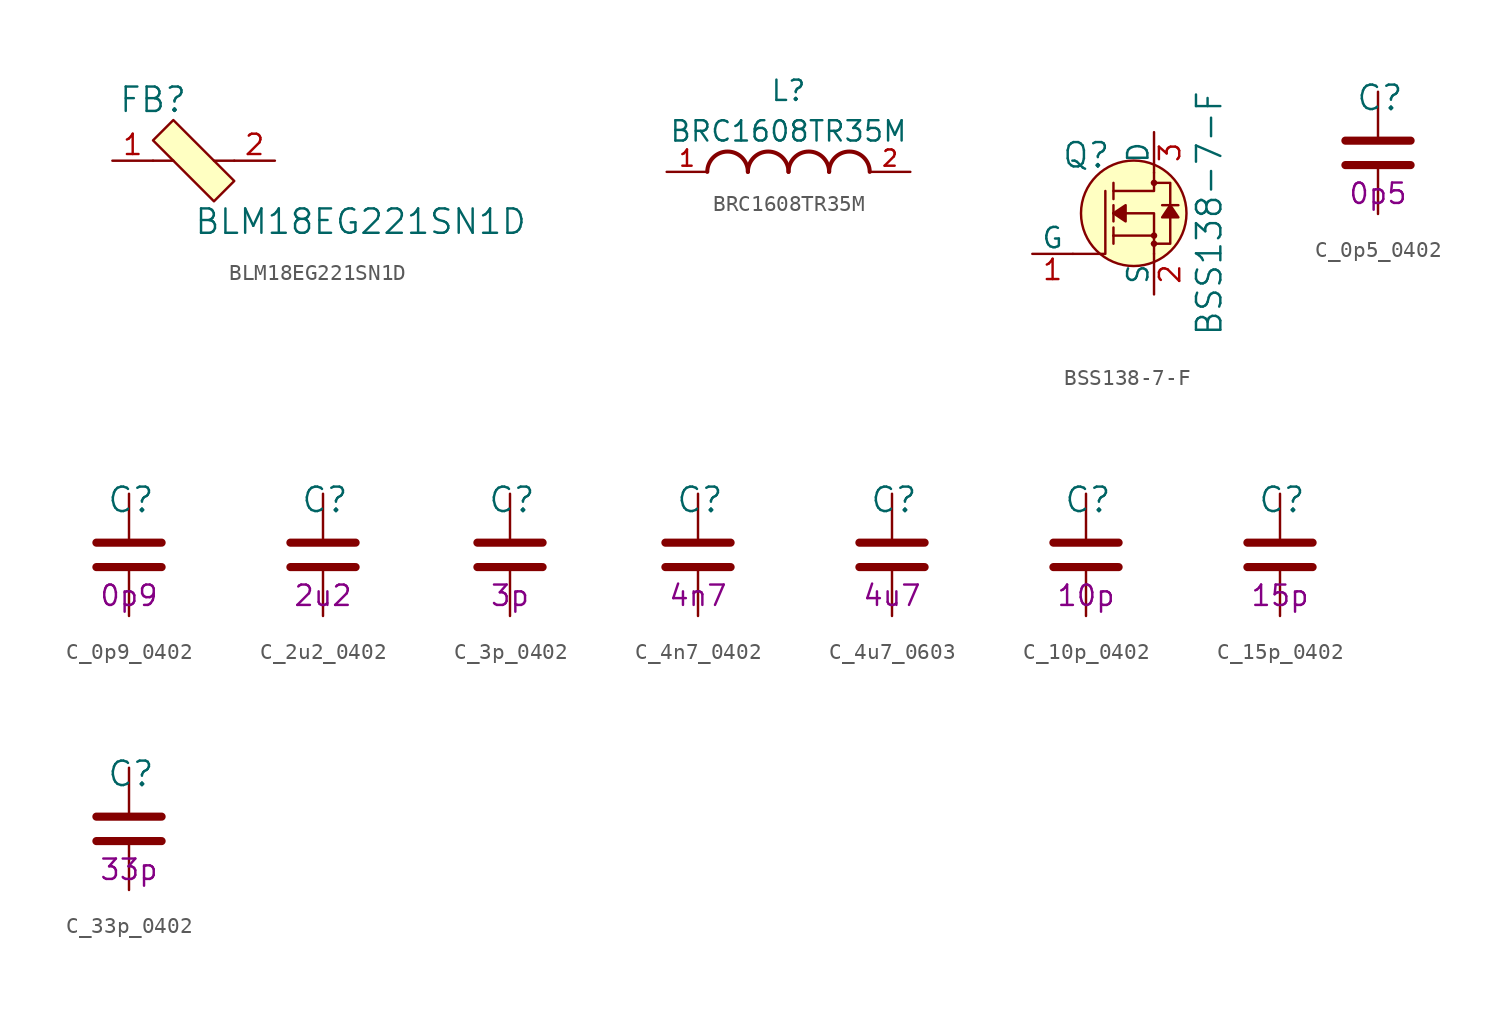
<source format=kicad_sym>
(kicad_symbol_lib
  (version 20211014)
  (generator kicad_symbol_editor)
  (symbol "BLM18EG221SN1D"
    (pin_names
      (offset 1.016))
    (property "Reference" "FB"
      (at -2.54 3.81 0)
      (effects (font (size 1.524 1.524))))
    (property "Value" "BLM18EG221SN1D"
      (at 0 -3.81 0)
      (effects (font (size 1.524 1.524)) (justify left)))
    (symbol "BLM18EG221SN1D_0_1"
      (polyline (pts (xy -1.27 0) (xy -2.54 0)) (stroke (width 0) (type default) (color 0 0 0 0)) (fill (type none)))
      (polyline (pts (xy 1.27 0) (xy 2.54 0)) (stroke (width 0) (type default) (color 0 0 0 0)) (fill (type none)))
      (polyline (pts (xy -1.27 2.54) (xy -2.54 1.27) (xy 1.27 -2.54) (xy 2.54 -1.27) (xy -1.27 2.54)) (stroke (width 0) (type default) (color 0 0 0 0)) (fill (type background))))
    (symbol "BLM18EG221SN1D_1_1"
      (pin passive line (at -5.08 0 0) (length 2.54) (name "~" (effects (font (size 1.27 1.27)))) (number "1" (effects (font (size 1.27 1.27)))))
      (pin passive line (at 5.08 0 180) (length 2.54) (name "~" (effects (font (size 1.27 1.27)))) (number "2" (effects (font (size 1.27 1.27)))))))
  (symbol "BRC1608TR35M"
    (pin_names
      (offset 1.016))
    (property "Reference" "L"
      (at 0 5.08 0)
      (effects (font (size 1.27 1.27))))
    (property "Value" "BRC1608TR35M"
      (at 0 2.54 0)
      (effects (font (size 1.27 1.27))))
    (symbol "BRC1608TR35M_1_1"
      (arc (start -2.54 0) (mid -3.81 1.27) (end -5.08 0) (stroke (width 0.254) (type default) (color 0 0 0 0)) (fill (type none)))
      (arc (start 0 0) (mid -1.27 1.27) (end -2.54 0) (stroke (width 0.254) (type default) (color 0 0 0 0)) (fill (type none)))
      (arc (start 2.54 0) (mid 1.27 1.27) (end 0 0) (stroke (width 0.254) (type default) (color 0 0 0 0)) (fill (type none)))
      (arc (start 5.08 0) (mid 3.81 1.27) (end 2.54 0) (stroke (width 0.254) (type default) (color 0 0 0 0)) (fill (type none)))
      (pin passive line (at -7.62 0 0) (length 2.54) (name "~" (effects (font (size 1.016 1.016)))) (number "1" (effects (font (size 1.016 1.016)))))
      (pin passive line (at 7.62 0 180) (length 2.54) (name "~" (effects (font (size 1.016 1.016)))) (number "2" (effects (font (size 1.016 1.016)))))))
  (symbol "BSS138-7-F"
    (pin_names
      (offset 0))
    (property "Reference" "Q"
      (at -2.692 3.632 0)
      (effects (font (size 1.524 1.524)) (justify right)))
    (property "Value" "BSS138-7-F"
      (at 3.454 0 90)
      (effects (font (size 1.524 1.524))))
    (symbol "BSS138-7-F_0_1"
      (circle (center -1.27 0) (radius 3.302) (stroke (width 0) (type default) (color 0 0 0 0)) (fill (type background)))
      (circle (center 0 -1.905) (radius 0.127) (stroke (width 0) (type default) (color 0 0 0 0)) (fill (type none)))
      (circle (center 0 -1.397) (radius 0.127) (stroke (width 0) (type default) (color 0 0 0 0)) (fill (type none)))
      (polyline (pts (xy 0 -1.397) (xy -2.54 -1.397)) (stroke (width 0) (type default) (color 0 0 0 0)) (fill (type none)))
      (polyline (pts (xy -5.08 -2.54) (xy -3.048 -2.54) (xy -3.048 1.397)) (stroke (width 0) (type default) (color 0 0 0 0)) (fill (type none)))
      (polyline (pts (xy 0 -2.54) (xy 0 0) (xy -2.54 0)) (stroke (width 0) (type default) (color 0 0 0 0)) (fill (type none)))
      (polyline (pts (xy 0 2.54) (xy 0 1.397) (xy -2.54 1.397)) (stroke (width 0) (type default) (color 0 0 0 0)) (fill (type none)))
      (polyline (pts (xy -0.127 -1.905) (xy 1.016 -1.905) (xy 1.016 1.397) (xy 1.016 1.905) (xy -0.127 1.905)) (stroke (width 0) (type default) (color 0 0 0 0)) (fill (type none)))
      (circle (center 0 1.905) (radius 0.127) (stroke (width 0) (type default) (color 0 0 0 0)) (fill (type none))))
    (symbol "BSS138-7-F_1_1"
      (polyline (pts (xy -2.54 -1.397) (xy -2.54 -1.905)) (stroke (width 0) (type default) (color 0 0 0 0)) (fill (type none)))
      (polyline (pts (xy -2.54 -1.397) (xy -2.54 -0.889)) (stroke (width 0) (type default) (color 0 0 0 0)) (fill (type none)))
      (polyline (pts (xy -2.54 0) (xy -2.54 -0.508)) (stroke (width 0) (type default) (color 0 0 0 0)) (fill (type none)))
      (polyline (pts (xy -2.54 0) (xy -2.54 0.508)) (stroke (width 0) (type default) (color 0 0 0 0)) (fill (type none)))
      (polyline (pts (xy -2.54 1.905) (xy -2.54 0.889)) (stroke (width 0) (type default) (color 0 0 0 0)) (fill (type none)))
      (polyline (pts (xy 1.524 0.508) (xy 0.508 0.508)) (stroke (width 0) (type default) (color 0 0 0 0)) (fill (type none)))
      (polyline (pts (xy -2.54 0) (xy -1.778 0.508) (xy -1.778 -0.508) (xy -2.54 0)) (stroke (width 0) (type default) (color 0 0 0 0)) (fill (type outline)))
      (polyline (pts (xy 1.016 0.508) (xy 0.508 -0.254) (xy 1.524 -0.254) (xy 1.016 0.508)) (stroke (width 0) (type default) (color 0 0 0 0)) (fill (type outline)))
      (pin bidirectional line (at -7.62 -2.54 0) (length 2.54) (name "G" (effects (font (size 1.27 1.27)))) (number "1" (effects (font (size 1.27 1.27)))))
      (pin bidirectional line (at 0 -5.08 90) (length 2.54) (name "S" (effects (font (size 1.27 1.27)))) (number "2" (effects (font (size 1.27 1.27)))))
      (pin bidirectional line (at 0 5.08 270) (length 2.54) (name "D" (effects (font (size 1.27 1.27)))) (number "3" (effects (font (size 1.27 1.27)))))))
  (symbol "C_0p5_0402"
    (pin_names
      (offset 0))
    (property "Reference" "C"
      (at -1.397 3.429 0)
      (effects (font (size 1.524 1.524)) (justify left)))
    (property "Val" "0p5"
      (at 0 -2.54 0)
      (effects (font (size 1.27 1.27))))
    (symbol "C_0p5_0402_1_1"
      (polyline (pts (xy -2.032 -0.762) (xy 2.032 -0.762)) (stroke (width 0.508) (type default) (color 0 0 0 0)) (fill (type none)))
      (polyline (pts (xy -2.032 0.762) (xy 2.032 0.762)) (stroke (width 0.508) (type default) (color 0 0 0 0)) (fill (type none)))
      (pin passive line (at 0 3.81 270) (length 2.794) (name "~" (effects (font (size 0 0)))) (number "1" (effects (font (size 0 0)))))
      (pin passive line (at 0 -3.81 90) (length 2.794) (name "~" (effects (font (size 0 0)))) (number "2" (effects (font (size 0 0)))))))
  (symbol "C_0p9_0402"
    (pin_names
      (offset 0))
    (property "Reference" "C"
      (at -1.397 3.429 0)
      (effects (font (size 1.524 1.524)) (justify left)))
    (property "Val" "0p9"
      (at 0 -2.54 0)
      (effects (font (size 1.27 1.27))))
    (symbol "C_0p9_0402_1_1"
      (polyline (pts (xy -2.032 -0.762) (xy 2.032 -0.762)) (stroke (width 0.508) (type default) (color 0 0 0 0)) (fill (type none)))
      (polyline (pts (xy -2.032 0.762) (xy 2.032 0.762)) (stroke (width 0.508) (type default) (color 0 0 0 0)) (fill (type none)))
      (pin passive line (at 0 3.81 270) (length 2.794) (name "~" (effects (font (size 0 0)))) (number "1" (effects (font (size 0 0)))))
      (pin passive line (at 0 -3.81 90) (length 2.794) (name "~" (effects (font (size 0 0)))) (number "2" (effects (font (size 0 0)))))))
  (symbol "C_2u2_0402"
    (pin_names
      (offset 0))
    (property "Reference" "C"
      (at -1.397 3.429 0)
      (effects (font (size 1.524 1.524)) (justify left)))
    (property "Val" "2u2"
      (at 0 -2.54 0)
      (effects (font (size 1.27 1.27))))
    (symbol "C_2u2_0402_1_1"
      (polyline (pts (xy -2.032 -0.762) (xy 2.032 -0.762)) (stroke (width 0.508) (type default) (color 0 0 0 0)) (fill (type none)))
      (polyline (pts (xy -2.032 0.762) (xy 2.032 0.762)) (stroke (width 0.508) (type default) (color 0 0 0 0)) (fill (type none)))
      (pin passive line (at 0 3.81 270) (length 2.794) (name "~" (effects (font (size 0 0)))) (number "1" (effects (font (size 0 0)))))
      (pin passive line (at 0 -3.81 90) (length 2.794) (name "~" (effects (font (size 0 0)))) (number "2" (effects (font (size 0 0)))))))
  (symbol "C_3p_0402"
    (pin_names
      (offset 0))
    (property "Reference" "C"
      (at -1.397 3.429 0)
      (effects (font (size 1.524 1.524)) (justify left)))
    (property "Val" "3p"
      (at 0 -2.54 0)
      (effects (font (size 1.27 1.27))))
    (symbol "C_3p_0402_1_1"
      (polyline (pts (xy -2.032 -0.762) (xy 2.032 -0.762)) (stroke (width 0.508) (type default) (color 0 0 0 0)) (fill (type none)))
      (polyline (pts (xy -2.032 0.762) (xy 2.032 0.762)) (stroke (width 0.508) (type default) (color 0 0 0 0)) (fill (type none)))
      (pin passive line (at 0 3.81 270) (length 2.794) (name "~" (effects (font (size 0 0)))) (number "1" (effects (font (size 0 0)))))
      (pin passive line (at 0 -3.81 90) (length 2.794) (name "~" (effects (font (size 0 0)))) (number "2" (effects (font (size 0 0)))))))
  (symbol "C_4n7_0402"
    (pin_names
      (offset 0))
    (property "Reference" "C"
      (at -1.397 3.429 0)
      (effects (font (size 1.524 1.524)) (justify left)))
    (property "Val" "4n7"
      (at 0 -2.54 0)
      (effects (font (size 1.27 1.27))))
    (symbol "C_4n7_0402_1_1"
      (polyline (pts (xy -2.032 -0.762) (xy 2.032 -0.762)) (stroke (width 0.508) (type default) (color 0 0 0 0)) (fill (type none)))
      (polyline (pts (xy -2.032 0.762) (xy 2.032 0.762)) (stroke (width 0.508) (type default) (color 0 0 0 0)) (fill (type none)))
      (pin passive line (at 0 3.81 270) (length 2.794) (name "~" (effects (font (size 0 0)))) (number "1" (effects (font (size 0 0)))))
      (pin passive line (at 0 -3.81 90) (length 2.794) (name "~" (effects (font (size 0 0)))) (number "2" (effects (font (size 0 0)))))))
  (symbol "C_4u7_0603"
    (pin_names
      (offset 0))
    (property "Reference" "C"
      (at -1.397 3.429 0)
      (effects (font (size 1.524 1.524)) (justify left)))
    (property "Val" "4u7"
      (at 0 -2.54 0)
      (effects (font (size 1.27 1.27))))
    (symbol "C_4u7_0603_1_1"
      (polyline (pts (xy -2.032 -0.762) (xy 2.032 -0.762)) (stroke (width 0.508) (type default) (color 0 0 0 0)) (fill (type none)))
      (polyline (pts (xy -2.032 0.762) (xy 2.032 0.762)) (stroke (width 0.508) (type default) (color 0 0 0 0)) (fill (type none)))
      (pin passive line (at 0 3.81 270) (length 2.794) (name "~" (effects (font (size 0 0)))) (number "1" (effects (font (size 0 0)))))
      (pin passive line (at 0 -3.81 90) (length 2.794) (name "~" (effects (font (size 0 0)))) (number "2" (effects (font (size 0 0)))))))
  (symbol "C_10p_0402"
    (pin_names
      (offset 0))
    (property "Reference" "C"
      (at -1.397 3.429 0)
      (effects (font (size 1.524 1.524)) (justify left)))
    (property "Val" "10p"
      (at 0 -2.54 0)
      (effects (font (size 1.27 1.27))))
    (symbol "C_10p_0402_1_1"
      (polyline (pts (xy -2.032 -0.762) (xy 2.032 -0.762)) (stroke (width 0.508) (type default) (color 0 0 0 0)) (fill (type none)))
      (polyline (pts (xy -2.032 0.762) (xy 2.032 0.762)) (stroke (width 0.508) (type default) (color 0 0 0 0)) (fill (type none)))
      (pin passive line (at 0 3.81 270) (length 2.794) (name "~" (effects (font (size 0 0)))) (number "1" (effects (font (size 0 0)))))
      (pin passive line (at 0 -3.81 90) (length 2.794) (name "~" (effects (font (size 0 0)))) (number "2" (effects (font (size 0 0)))))))
  (symbol "C_15p_0402"
    (pin_names
      (offset 0))
    (property "Reference" "C"
      (at -1.397 3.429 0)
      (effects (font (size 1.524 1.524)) (justify left)))
    (property "Val" "15p"
      (at 0 -2.54 0)
      (effects (font (size 1.27 1.27))))
    (symbol "C_15p_0402_1_1"
      (polyline (pts (xy -2.032 -0.762) (xy 2.032 -0.762)) (stroke (width 0.508) (type default) (color 0 0 0 0)) (fill (type none)))
      (polyline (pts (xy -2.032 0.762) (xy 2.032 0.762)) (stroke (width 0.508) (type default) (color 0 0 0 0)) (fill (type none)))
      (pin passive line (at 0 3.81 270) (length 2.794) (name "~" (effects (font (size 0 0)))) (number "1" (effects (font (size 0 0)))))
      (pin passive line (at 0 -3.81 90) (length 2.794) (name "~" (effects (font (size 0 0)))) (number "2" (effects (font (size 0 0)))))))
  (symbol "C_33p_0402"
    (pin_names
      (offset 0))
    (property "Reference" "C"
      (at -1.397 3.429 0)
      (effects (font (size 1.524 1.524)) (justify left)))
    (property "Val" "33p"
      (at 0 -2.54 0)
      (effects (font (size 1.27 1.27))))
    (symbol "C_33p_0402_1_1"
      (polyline (pts (xy -2.032 -0.762) (xy 2.032 -0.762)) (stroke (width 0.508) (type default) (color 0 0 0 0)) (fill (type none)))
      (polyline (pts (xy -2.032 0.762) (xy 2.032 0.762)) (stroke (width 0.508) (type default) (color 0 0 0 0)) (fill (type none)))
      (pin passive line (at 0 3.81 270) (length 2.794) (name "~" (effects (font (size 0 0)))) (number "1" (effects (font (size 0 0)))))
      (pin passive line (at 0 -3.81 90) (length 2.794) (name "~" (effects (font (size 0 0)))) (number "2" (effects (font (size 0 0))))))))
</source>
